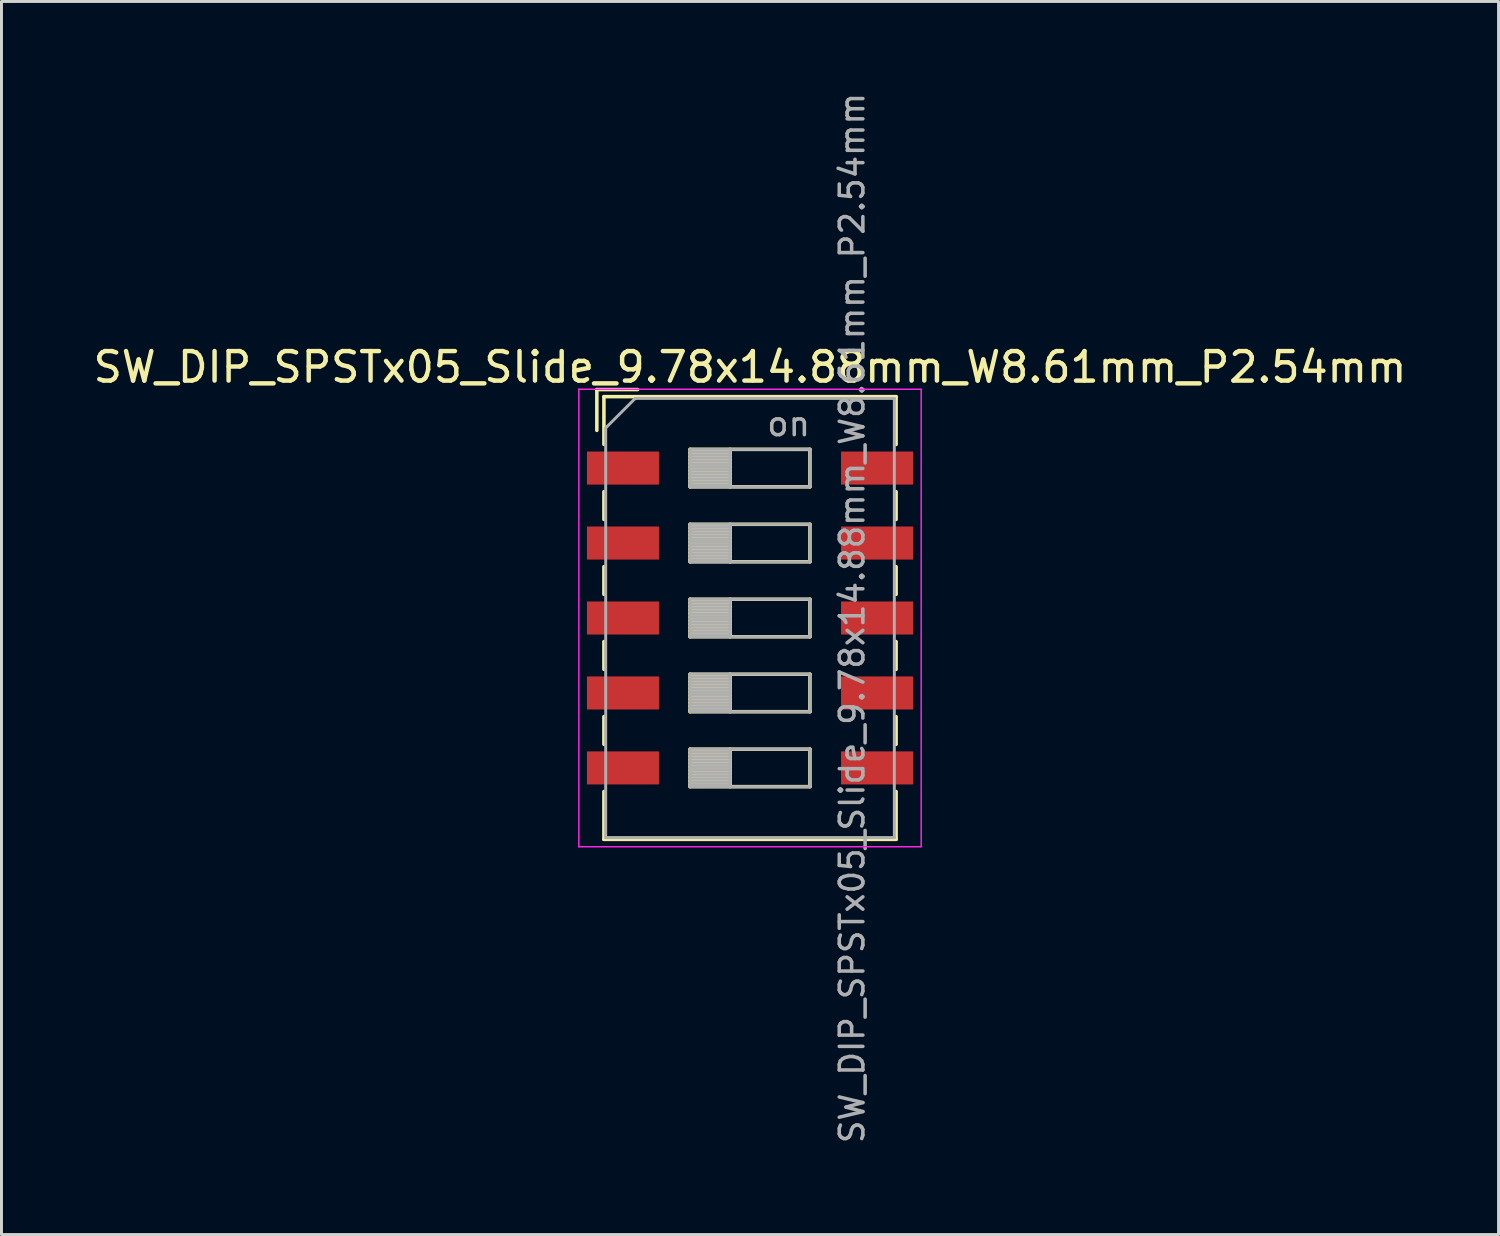
<source format=kicad_pcb>
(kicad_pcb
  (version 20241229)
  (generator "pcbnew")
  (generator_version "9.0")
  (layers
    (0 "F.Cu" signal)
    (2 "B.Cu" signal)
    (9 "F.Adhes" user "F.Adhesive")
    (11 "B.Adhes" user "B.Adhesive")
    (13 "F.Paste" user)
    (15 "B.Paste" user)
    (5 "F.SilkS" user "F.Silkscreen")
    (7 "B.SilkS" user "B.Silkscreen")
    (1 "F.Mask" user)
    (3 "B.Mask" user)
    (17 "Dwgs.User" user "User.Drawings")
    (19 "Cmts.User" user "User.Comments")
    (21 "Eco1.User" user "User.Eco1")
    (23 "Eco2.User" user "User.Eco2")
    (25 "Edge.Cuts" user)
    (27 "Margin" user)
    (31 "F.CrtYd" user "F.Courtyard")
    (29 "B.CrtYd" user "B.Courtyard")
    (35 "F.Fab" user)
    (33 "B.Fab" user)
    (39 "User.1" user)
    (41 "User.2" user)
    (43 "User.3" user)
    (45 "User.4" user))
  (footprint "SW_DIP_SPSTx05_Slide_9.78x14.88mm_W8.61mm_P2.54mm"
    (layer "F.Cu")
    (at 22.363 17.89)
    (property "Reference" "SW_DIP_SPSTx05_Slide_9.78x14.88mm_W8.61mm_P2.54mm" (at 0 -8.5 0) (layer "F.SilkS") (effects (font (size 1 1) (thickness 0.15))))
    (attr smd)
    (fp_line (start -5.19 -7.74) (end -5.19 -6.357) (stroke (width 0.12) (type solid)) (layer "F.SilkS"))
    (fp_line (start -5.19 -7.74) (end -3.806 -7.74) (stroke (width 0.12) (type solid)) (layer "F.SilkS"))
    (fp_line (start -4.95 -7.5) (end -4.95 -5.88) (stroke (width 0.12) (type solid)) (layer "F.SilkS"))
    (fp_line (start -4.95 -7.5) (end 4.95 -7.5) (stroke (width 0.12) (type solid)) (layer "F.SilkS"))
    (fp_line (start -4.95 -4.28) (end -4.95 -3.34) (stroke (width 0.12) (type solid)) (layer "F.SilkS"))
    (fp_line (start -4.95 -1.74) (end -4.95 -0.8) (stroke (width 0.12) (type solid)) (layer "F.SilkS"))
    (fp_line (start -4.95 0.8) (end -4.95 1.74) (stroke (width 0.12) (type solid)) (layer "F.SilkS"))
    (fp_line (start -4.95 3.34) (end -4.95 4.28) (stroke (width 0.12) (type solid)) (layer "F.SilkS"))
    (fp_line (start -4.95 5.88) (end -4.95 7.5) (stroke (width 0.12) (type solid)) (layer "F.SilkS"))
    (fp_line (start -4.95 7.5) (end 4.95 7.5) (stroke (width 0.12) (type solid)) (layer "F.SilkS"))
    (fp_line (start -2.03 -5.715) (end -2.03 -4.445) (stroke (width 0.12) (type solid)) (layer "F.SilkS"))
    (fp_line (start -2.03 -5.595) (end -0.677 -5.595) (stroke (width 0.12) (type solid)) (layer "F.SilkS"))
    (fp_line (start -2.03 -5.475) (end -0.677 -5.475) (stroke (width 0.12) (type solid)) (layer "F.SilkS"))
    (fp_line (start -2.03 -5.355) (end -0.677 -5.355) (stroke (width 0.12) (type solid)) (layer "F.SilkS"))
    (fp_line (start -2.03 -5.235) (end -0.677 -5.235) (stroke (width 0.12) (type solid)) (layer "F.SilkS"))
    (fp_line (start -2.03 -5.115) (end -0.677 -5.115) (stroke (width 0.12) (type solid)) (layer "F.SilkS"))
    (fp_line (start -2.03 -4.995) (end -0.677 -4.995) (stroke (width 0.12) (type solid)) (layer "F.SilkS"))
    (fp_line (start -2.03 -4.875) (end -0.677 -4.875) (stroke (width 0.12) (type solid)) (layer "F.SilkS"))
    (fp_line (start -2.03 -4.755) (end -0.677 -4.755) (stroke (width 0.12) (type solid)) (layer "F.SilkS"))
    (fp_line (start -2.03 -4.635) (end -0.677 -4.635) (stroke (width 0.12) (type solid)) (layer "F.SilkS"))
    (fp_line (start -2.03 -4.515) (end -0.677 -4.515) (stroke (width 0.12) (type solid)) (layer "F.SilkS"))
    (fp_line (start -2.03 -4.445) (end 2.03 -4.445) (stroke (width 0.12) (type solid)) (layer "F.SilkS"))
    (fp_line (start -2.03 -3.175) (end -2.03 -1.905) (stroke (width 0.12) (type solid)) (layer "F.SilkS"))
    (fp_line (start -2.03 -3.055) (end -0.677 -3.055) (stroke (width 0.12) (type solid)) (layer "F.SilkS"))
    (fp_line (start -2.03 -2.935) (end -0.677 -2.935) (stroke (width 0.12) (type solid)) (layer "F.SilkS"))
    (fp_line (start -2.03 -2.815) (end -0.677 -2.815) (stroke (width 0.12) (type solid)) (layer "F.SilkS"))
    (fp_line (start -2.03 -2.695) (end -0.677 -2.695) (stroke (width 0.12) (type solid)) (layer "F.SilkS"))
    (fp_line (start -2.03 -2.575) (end -0.677 -2.575) (stroke (width 0.12) (type solid)) (layer "F.SilkS"))
    (fp_line (start -2.03 -2.455) (end -0.677 -2.455) (stroke (width 0.12) (type solid)) (layer "F.SilkS"))
    (fp_line (start -2.03 -2.335) (end -0.677 -2.335) (stroke (width 0.12) (type solid)) (layer "F.SilkS"))
    (fp_line (start -2.03 -2.215) (end -0.677 -2.215) (stroke (width 0.12) (type solid)) (layer "F.SilkS"))
    (fp_line (start -2.03 -2.095) (end -0.677 -2.095) (stroke (width 0.12) (type solid)) (layer "F.SilkS"))
    (fp_line (start -2.03 -1.975) (end -0.677 -1.975) (stroke (width 0.12) (type solid)) (layer "F.SilkS"))
    (fp_line (start -2.03 -1.905) (end 2.03 -1.905) (stroke (width 0.12) (type solid)) (layer "F.SilkS"))
    (fp_line (start -2.03 -0.635) (end -2.03 0.635) (stroke (width 0.12) (type solid)) (layer "F.SilkS"))
    (fp_line (start -2.03 -0.515) (end -0.677 -0.515) (stroke (width 0.12) (type solid)) (layer "F.SilkS"))
    (fp_line (start -2.03 -0.395) (end -0.677 -0.395) (stroke (width 0.12) (type solid)) (layer "F.SilkS"))
    (fp_line (start -2.03 -0.275) (end -0.677 -0.275) (stroke (width 0.12) (type solid)) (layer "F.SilkS"))
    (fp_line (start -2.03 -0.155) (end -0.677 -0.155) (stroke (width 0.12) (type solid)) (layer "F.SilkS"))
    (fp_line (start -2.03 -0.035) (end -0.677 -0.035) (stroke (width 0.12) (type solid)) (layer "F.SilkS"))
    (fp_line (start -2.03 0.085) (end -0.677 0.085) (stroke (width 0.12) (type solid)) (layer "F.SilkS"))
    (fp_line (start -2.03 0.205) (end -0.677 0.205) (stroke (width 0.12) (type solid)) (layer "F.SilkS"))
    (fp_line (start -2.03 0.325) (end -0.677 0.325) (stroke (width 0.12) (type solid)) (layer "F.SilkS"))
    (fp_line (start -2.03 0.445) (end -0.677 0.445) (stroke (width 0.12) (type solid)) (layer "F.SilkS"))
    (fp_line (start -2.03 0.565) (end -0.677 0.565) (stroke (width 0.12) (type solid)) (layer "F.SilkS"))
    (fp_line (start -2.03 0.635) (end 2.03 0.635) (stroke (width 0.12) (type solid)) (layer "F.SilkS"))
    (fp_line (start -2.03 1.905) (end -2.03 3.175) (stroke (width 0.12) (type solid)) (layer "F.SilkS"))
    (fp_line (start -2.03 2.025) (end -0.677 2.025) (stroke (width 0.12) (type solid)) (layer "F.SilkS"))
    (fp_line (start -2.03 2.145) (end -0.677 2.145) (stroke (width 0.12) (type solid)) (layer "F.SilkS"))
    (fp_line (start -2.03 2.265) (end -0.677 2.265) (stroke (width 0.12) (type solid)) (layer "F.SilkS"))
    (fp_line (start -2.03 2.385) (end -0.677 2.385) (stroke (width 0.12) (type solid)) (layer "F.SilkS"))
    (fp_line (start -2.03 2.505) (end -0.677 2.505) (stroke (width 0.12) (type solid)) (layer "F.SilkS"))
    (fp_line (start -2.03 2.625) (end -0.677 2.625) (stroke (width 0.12) (type solid)) (layer "F.SilkS"))
    (fp_line (start -2.03 2.745) (end -0.677 2.745) (stroke (width 0.12) (type solid)) (layer "F.SilkS"))
    (fp_line (start -2.03 2.865) (end -0.677 2.865) (stroke (width 0.12) (type solid)) (layer "F.SilkS"))
    (fp_line (start -2.03 2.985) (end -0.677 2.985) (stroke (width 0.12) (type solid)) (layer "F.SilkS"))
    (fp_line (start -2.03 3.105) (end -0.677 3.105) (stroke (width 0.12) (type solid)) (layer "F.SilkS"))
    (fp_line (start -2.03 3.175) (end 2.03 3.175) (stroke (width 0.12) (type solid)) (layer "F.SilkS"))
    (fp_line (start -2.03 4.445) (end -2.03 5.715) (stroke (width 0.12) (type solid)) (layer "F.SilkS"))
    (fp_line (start -2.03 4.565) (end -0.677 4.565) (stroke (width 0.12) (type solid)) (layer "F.SilkS"))
    (fp_line (start -2.03 4.685) (end -0.677 4.685) (stroke (width 0.12) (type solid)) (layer "F.SilkS"))
    (fp_line (start -2.03 4.805) (end -0.677 4.805) (stroke (width 0.12) (type solid)) (layer "F.SilkS"))
    (fp_line (start -2.03 4.925) (end -0.677 4.925) (stroke (width 0.12) (type solid)) (layer "F.SilkS"))
    (fp_line (start -2.03 5.045) (end -0.677 5.045) (stroke (width 0.12) (type solid)) (layer "F.SilkS"))
    (fp_line (start -2.03 5.165) (end -0.677 5.165) (stroke (width 0.12) (type solid)) (layer "F.SilkS"))
    (fp_line (start -2.03 5.285) (end -0.677 5.285) (stroke (width 0.12) (type solid)) (layer "F.SilkS"))
    (fp_line (start -2.03 5.405) (end -0.677 5.405) (stroke (width 0.12) (type solid)) (layer "F.SilkS"))
    (fp_line (start -2.03 5.525) (end -0.677 5.525) (stroke (width 0.12) (type solid)) (layer "F.SilkS"))
    (fp_line (start -2.03 5.645) (end -0.677 5.645) (stroke (width 0.12) (type solid)) (layer "F.SilkS"))
    (fp_line (start -2.03 5.715) (end 2.03 5.715) (stroke (width 0.12) (type solid)) (layer "F.SilkS"))
    (fp_line (start -0.677 -5.715) (end -0.677 -4.445) (stroke (width 0.12) (type solid)) (layer "F.SilkS"))
    (fp_line (start -0.677 -3.175) (end -0.677 -1.905) (stroke (width 0.12) (type solid)) (layer "F.SilkS"))
    (fp_line (start -0.677 -0.635) (end -0.677 0.635) (stroke (width 0.12) (type solid)) (layer "F.SilkS"))
    (fp_line (start -0.677 1.905) (end -0.677 3.175) (stroke (width 0.12) (type solid)) (layer "F.SilkS"))
    (fp_line (start -0.677 4.445) (end -0.677 5.715) (stroke (width 0.12) (type solid)) (layer "F.SilkS"))
    (fp_line (start 2.03 -5.715) (end -2.03 -5.715) (stroke (width 0.12) (type solid)) (layer "F.SilkS"))
    (fp_line (start 2.03 -4.445) (end 2.03 -5.715) (stroke (width 0.12) (type solid)) (layer "F.SilkS"))
    (fp_line (start 2.03 -3.175) (end -2.03 -3.175) (stroke (width 0.12) (type solid)) (layer "F.SilkS"))
    (fp_line (start 2.03 -1.905) (end 2.03 -3.175) (stroke (width 0.12) (type solid)) (layer "F.SilkS"))
    (fp_line (start 2.03 -0.635) (end -2.03 -0.635) (stroke (width 0.12) (type solid)) (layer "F.SilkS"))
    (fp_line (start 2.03 0.635) (end 2.03 -0.635) (stroke (width 0.12) (type solid)) (layer "F.SilkS"))
    (fp_line (start 2.03 1.905) (end -2.03 1.905) (stroke (width 0.12) (type solid)) (layer "F.SilkS"))
    (fp_line (start 2.03 3.175) (end 2.03 1.905) (stroke (width 0.12) (type solid)) (layer "F.SilkS"))
    (fp_line (start 2.03 4.445) (end -2.03 4.445) (stroke (width 0.12) (type solid)) (layer "F.SilkS"))
    (fp_line (start 2.03 5.715) (end 2.03 4.445) (stroke (width 0.12) (type solid)) (layer "F.SilkS"))
    (fp_line (start 4.95 -7.5) (end 4.95 -5.88) (stroke (width 0.12) (type solid)) (layer "F.SilkS"))
    (fp_line (start 4.95 -4.28) (end 4.95 -3.34) (stroke (width 0.12) (type solid)) (layer "F.SilkS"))
    (fp_line (start 4.95 -1.74) (end 4.95 -0.8) (stroke (width 0.12) (type solid)) (layer "F.SilkS"))
    (fp_line (start 4.95 0.8) (end 4.95 1.74) (stroke (width 0.12) (type solid)) (layer "F.SilkS"))
    (fp_line (start 4.95 3.34) (end 4.95 4.28) (stroke (width 0.12) (type solid)) (layer "F.SilkS"))
    (fp_line (start 4.95 5.88) (end 4.95 7.5) (stroke (width 0.12) (type solid)) (layer "F.SilkS"))
    (fp_line (start -5.8 -7.75) (end -5.8 7.75) (stroke (width 0.05) (type solid)) (layer "F.CrtYd"))
    (fp_line (start -5.8 7.75) (end 5.8 7.75) (stroke (width 0.05) (type solid)) (layer "F.CrtYd"))
    (fp_line (start 5.8 -7.75) (end -5.8 -7.75) (stroke (width 0.05) (type solid)) (layer "F.CrtYd"))
    (fp_line (start 5.8 7.75) (end 5.8 -7.75) (stroke (width 0.05) (type solid)) (layer "F.CrtYd"))
    (fp_line (start -4.89 -6.44) (end -3.89 -7.44) (stroke (width 0.1) (type solid)) (layer "F.Fab"))
    (fp_line (start -4.89 7.44) (end -4.89 -6.44) (stroke (width 0.1) (type solid)) (layer "F.Fab"))
    (fp_line (start -3.89 -7.44) (end 4.89 -7.44) (stroke (width 0.1) (type solid)) (layer "F.Fab"))
    (fp_line (start -2.03 -5.715) (end -2.03 -4.445) (stroke (width 0.1) (type solid)) (layer "F.Fab"))
    (fp_line (start -2.03 -5.615) (end -0.677 -5.615) (stroke (width 0.1) (type solid)) (layer "F.Fab"))
    (fp_line (start -2.03 -5.515) (end -0.677 -5.515) (stroke (width 0.1) (type solid)) (layer "F.Fab"))
    (fp_line (start -2.03 -5.415) (end -0.677 -5.415) (stroke (width 0.1) (type solid)) (layer "F.Fab"))
    (fp_line (start -2.03 -5.315) (end -0.677 -5.315) (stroke (width 0.1) (type solid)) (layer "F.Fab"))
    (fp_line (start -2.03 -5.215) (end -0.677 -5.215) (stroke (width 0.1) (type solid)) (layer "F.Fab"))
    (fp_line (start -2.03 -5.115) (end -0.677 -5.115) (stroke (width 0.1) (type solid)) (layer "F.Fab"))
    (fp_line (start -2.03 -5.015) (end -0.677 -5.015) (stroke (width 0.1) (type solid)) (layer "F.Fab"))
    (fp_line (start -2.03 -4.915) (end -0.677 -4.915) (stroke (width 0.1) (type solid)) (layer "F.Fab"))
    (fp_line (start -2.03 -4.815) (end -0.677 -4.815) (stroke (width 0.1) (type solid)) (layer "F.Fab"))
    (fp_line (start -2.03 -4.715) (end -0.677 -4.715) (stroke (width 0.1) (type solid)) (layer "F.Fab"))
    (fp_line (start -2.03 -4.615) (end -0.677 -4.615) (stroke (width 0.1) (type solid)) (layer "F.Fab"))
    (fp_line (start -2.03 -4.515) (end -0.677 -4.515) (stroke (width 0.1) (type solid)) (layer "F.Fab"))
    (fp_line (start -2.03 -4.445) (end 2.03 -4.445) (stroke (width 0.1) (type solid)) (layer "F.Fab"))
    (fp_line (start -2.03 -3.175) (end -2.03 -1.905) (stroke (width 0.1) (type solid)) (layer "F.Fab"))
    (fp_line (start -2.03 -3.075) (end -0.677 -3.075) (stroke (width 0.1) (type solid)) (layer "F.Fab"))
    (fp_line (start -2.03 -2.975) (end -0.677 -2.975) (stroke (width 0.1) (type solid)) (layer "F.Fab"))
    (fp_line (start -2.03 -2.875) (end -0.677 -2.875) (stroke (width 0.1) (type solid)) (layer "F.Fab"))
    (fp_line (start -2.03 -2.775) (end -0.677 -2.775) (stroke (width 0.1) (type solid)) (layer "F.Fab"))
    (fp_line (start -2.03 -2.675) (end -0.677 -2.675) (stroke (width 0.1) (type solid)) (layer "F.Fab"))
    (fp_line (start -2.03 -2.575) (end -0.677 -2.575) (stroke (width 0.1) (type solid)) (layer "F.Fab"))
    (fp_line (start -2.03 -2.475) (end -0.677 -2.475) (stroke (width 0.1) (type solid)) (layer "F.Fab"))
    (fp_line (start -2.03 -2.375) (end -0.677 -2.375) (stroke (width 0.1) (type solid)) (layer "F.Fab"))
    (fp_line (start -2.03 -2.275) (end -0.677 -2.275) (stroke (width 0.1) (type solid)) (layer "F.Fab"))
    (fp_line (start -2.03 -2.175) (end -0.677 -2.175) (stroke (width 0.1) (type solid)) (layer "F.Fab"))
    (fp_line (start -2.03 -2.075) (end -0.677 -2.075) (stroke (width 0.1) (type solid)) (layer "F.Fab"))
    (fp_line (start -2.03 -1.975) (end -0.677 -1.975) (stroke (width 0.1) (type solid)) (layer "F.Fab"))
    (fp_line (start -2.03 -1.905) (end 2.03 -1.905) (stroke (width 0.1) (type solid)) (layer "F.Fab"))
    (fp_line (start -2.03 -0.635) (end -2.03 0.635) (stroke (width 0.1) (type solid)) (layer "F.Fab"))
    (fp_line (start -2.03 -0.535) (end -0.677 -0.535) (stroke (width 0.1) (type solid)) (layer "F.Fab"))
    (fp_line (start -2.03 -0.435) (end -0.677 -0.435) (stroke (width 0.1) (type solid)) (layer "F.Fab"))
    (fp_line (start -2.03 -0.335) (end -0.677 -0.335) (stroke (width 0.1) (type solid)) (layer "F.Fab"))
    (fp_line (start -2.03 -0.235) (end -0.677 -0.235) (stroke (width 0.1) (type solid)) (layer "F.Fab"))
    (fp_line (start -2.03 -0.135) (end -0.677 -0.135) (stroke (width 0.1) (type solid)) (layer "F.Fab"))
    (fp_line (start -2.03 -0.035) (end -0.677 -0.035) (stroke (width 0.1) (type solid)) (layer "F.Fab"))
    (fp_line (start -2.03 0.065) (end -0.677 0.065) (stroke (width 0.1) (type solid)) (layer "F.Fab"))
    (fp_line (start -2.03 0.165) (end -0.677 0.165) (stroke (width 0.1) (type solid)) (layer "F.Fab"))
    (fp_line (start -2.03 0.265) (end -0.677 0.265) (stroke (width 0.1) (type solid)) (layer "F.Fab"))
    (fp_line (start -2.03 0.365) (end -0.677 0.365) (stroke (width 0.1) (type solid)) (layer "F.Fab"))
    (fp_line (start -2.03 0.465) (end -0.677 0.465) (stroke (width 0.1) (type solid)) (layer "F.Fab"))
    (fp_line (start -2.03 0.565) (end -0.677 0.565) (stroke (width 0.1) (type solid)) (layer "F.Fab"))
    (fp_line (start -2.03 0.635) (end 2.03 0.635) (stroke (width 0.1) (type solid)) (layer "F.Fab"))
    (fp_line (start -2.03 1.905) (end -2.03 3.175) (stroke (width 0.1) (type solid)) (layer "F.Fab"))
    (fp_line (start -2.03 2.005) (end -0.677 2.005) (stroke (width 0.1) (type solid)) (layer "F.Fab"))
    (fp_line (start -2.03 2.105) (end -0.677 2.105) (stroke (width 0.1) (type solid)) (layer "F.Fab"))
    (fp_line (start -2.03 2.205) (end -0.677 2.205) (stroke (width 0.1) (type solid)) (layer "F.Fab"))
    (fp_line (start -2.03 2.305) (end -0.677 2.305) (stroke (width 0.1) (type solid)) (layer "F.Fab"))
    (fp_line (start -2.03 2.405) (end -0.677 2.405) (stroke (width 0.1) (type solid)) (layer "F.Fab"))
    (fp_line (start -2.03 2.505) (end -0.677 2.505) (stroke (width 0.1) (type solid)) (layer "F.Fab"))
    (fp_line (start -2.03 2.605) (end -0.677 2.605) (stroke (width 0.1) (type solid)) (layer "F.Fab"))
    (fp_line (start -2.03 2.705) (end -0.677 2.705) (stroke (width 0.1) (type solid)) (layer "F.Fab"))
    (fp_line (start -2.03 2.805) (end -0.677 2.805) (stroke (width 0.1) (type solid)) (layer "F.Fab"))
    (fp_line (start -2.03 2.905) (end -0.677 2.905) (stroke (width 0.1) (type solid)) (layer "F.Fab"))
    (fp_line (start -2.03 3.005) (end -0.677 3.005) (stroke (width 0.1) (type solid)) (layer "F.Fab"))
    (fp_line (start -2.03 3.105) (end -0.677 3.105) (stroke (width 0.1) (type solid)) (layer "F.Fab"))
    (fp_line (start -2.03 3.175) (end 2.03 3.175) (stroke (width 0.1) (type solid)) (layer "F.Fab"))
    (fp_line (start -2.03 4.445) (end -2.03 5.715) (stroke (width 0.1) (type solid)) (layer "F.Fab"))
    (fp_line (start -2.03 4.545) (end -0.677 4.545) (stroke (width 0.1) (type solid)) (layer "F.Fab"))
    (fp_line (start -2.03 4.645) (end -0.677 4.645) (stroke (width 0.1) (type solid)) (layer "F.Fab"))
    (fp_line (start -2.03 4.745) (end -0.677 4.745) (stroke (width 0.1) (type solid)) (layer "F.Fab"))
    (fp_line (start -2.03 4.845) (end -0.677 4.845) (stroke (width 0.1) (type solid)) (layer "F.Fab"))
    (fp_line (start -2.03 4.945) (end -0.677 4.945) (stroke (width 0.1) (type solid)) (layer "F.Fab"))
    (fp_line (start -2.03 5.045) (end -0.677 5.045) (stroke (width 0.1) (type solid)) (layer "F.Fab"))
    (fp_line (start -2.03 5.145) (end -0.677 5.145) (stroke (width 0.1) (type solid)) (layer "F.Fab"))
    (fp_line (start -2.03 5.245) (end -0.677 5.245) (stroke (width 0.1) (type solid)) (layer "F.Fab"))
    (fp_line (start -2.03 5.345) (end -0.677 5.345) (stroke (width 0.1) (type solid)) (layer "F.Fab"))
    (fp_line (start -2.03 5.445) (end -0.677 5.445) (stroke (width 0.1) (type solid)) (layer "F.Fab"))
    (fp_line (start -2.03 5.545) (end -0.677 5.545) (stroke (width 0.1) (type solid)) (layer "F.Fab"))
    (fp_line (start -2.03 5.645) (end -0.677 5.645) (stroke (width 0.1) (type solid)) (layer "F.Fab"))
    (fp_line (start -2.03 5.715) (end 2.03 5.715) (stroke (width 0.1) (type solid)) (layer "F.Fab"))
    (fp_line (start -0.677 -5.715) (end -0.677 -4.445) (stroke (width 0.1) (type solid)) (layer "F.Fab"))
    (fp_line (start -0.677 -3.175) (end -0.677 -1.905) (stroke (width 0.1) (type solid)) (layer "F.Fab"))
    (fp_line (start -0.677 -0.635) (end -0.677 0.635) (stroke (width 0.1) (type solid)) (layer "F.Fab"))
    (fp_line (start -0.677 1.905) (end -0.677 3.175) (stroke (width 0.1) (type solid)) (layer "F.Fab"))
    (fp_line (start -0.677 4.445) (end -0.677 5.715) (stroke (width 0.1) (type solid)) (layer "F.Fab"))
    (fp_line (start 2.03 -5.715) (end -2.03 -5.715) (stroke (width 0.1) (type solid)) (layer "F.Fab"))
    (fp_line (start 2.03 -4.445) (end 2.03 -5.715) (stroke (width 0.1) (type solid)) (layer "F.Fab"))
    (fp_line (start 2.03 -3.175) (end -2.03 -3.175) (stroke (width 0.1) (type solid)) (layer "F.Fab"))
    (fp_line (start 2.03 -1.905) (end 2.03 -3.175) (stroke (width 0.1) (type solid)) (layer "F.Fab"))
    (fp_line (start 2.03 -0.635) (end -2.03 -0.635) (stroke (width 0.1) (type solid)) (layer "F.Fab"))
    (fp_line (start 2.03 0.635) (end 2.03 -0.635) (stroke (width 0.1) (type solid)) (layer "F.Fab"))
    (fp_line (start 2.03 1.905) (end -2.03 1.905) (stroke (width 0.1) (type solid)) (layer "F.Fab"))
    (fp_line (start 2.03 3.175) (end 2.03 1.905) (stroke (width 0.1) (type solid)) (layer "F.Fab"))
    (fp_line (start 2.03 4.445) (end -2.03 4.445) (stroke (width 0.1) (type solid)) (layer "F.Fab"))
    (fp_line (start 2.03 5.715) (end 2.03 4.445) (stroke (width 0.1) (type solid)) (layer "F.Fab"))
    (fp_line (start 4.89 -7.44) (end 4.89 7.44) (stroke (width 0.1) (type solid)) (layer "F.Fab"))
    (fp_line (start 4.89 7.44) (end -4.89 7.44) (stroke (width 0.1) (type solid)) (layer "F.Fab"))
    (fp_text user "on" (at 1.308 -6.577 0) (layer "F.Fab") (effects (font (size 0.8 0.8) (thickness 0.12))))
    (fp_text user "${REFERENCE}" (at 3.46 0 90) (layer "F.Fab") (effects (font (size 0.8 0.8) (thickness 0.12))))
    (pad "1" smd rect (at -4.305 -5.08) (size 2.44 1.12) (layers "F.Cu" "F.Mask" "F.Paste"))
    (pad "2" smd rect (at -4.305 -2.54) (size 2.44 1.12) (layers "F.Cu" "F.Mask" "F.Paste"))
    (pad "3" smd rect (at -4.305 0) (size 2.44 1.12) (layers "F.Cu" "F.Mask" "F.Paste"))
    (pad "4" smd rect (at -4.305 2.54) (size 2.44 1.12) (layers "F.Cu" "F.Mask" "F.Paste"))
    (pad "5" smd rect (at -4.305 5.08) (size 2.44 1.12) (layers "F.Cu" "F.Mask" "F.Paste"))
    (pad "6" smd rect (at 4.305 5.08) (size 2.44 1.12) (layers "F.Cu" "F.Mask" "F.Paste"))
    (pad "7" smd rect (at 4.305 2.54) (size 2.44 1.12) (layers "F.Cu" "F.Mask" "F.Paste"))
    (pad "8" smd rect (at 4.305 0) (size 2.44 1.12) (layers "F.Cu" "F.Mask" "F.Paste"))
    (pad "9" smd rect (at 4.305 -2.54) (size 2.44 1.12) (layers "F.Cu" "F.Mask" "F.Paste"))
    (pad "10" smd rect (at 4.305 -5.08) (size 2.44 1.12) (layers "F.Cu" "F.Mask" "F.Paste")))
  (gr_rect
    (start -3 -3)
    (end 47.726 38.781)
    (stroke (width 0.1) (type default))
    (fill no)
    (layer "Edge.Cuts")))
</source>
